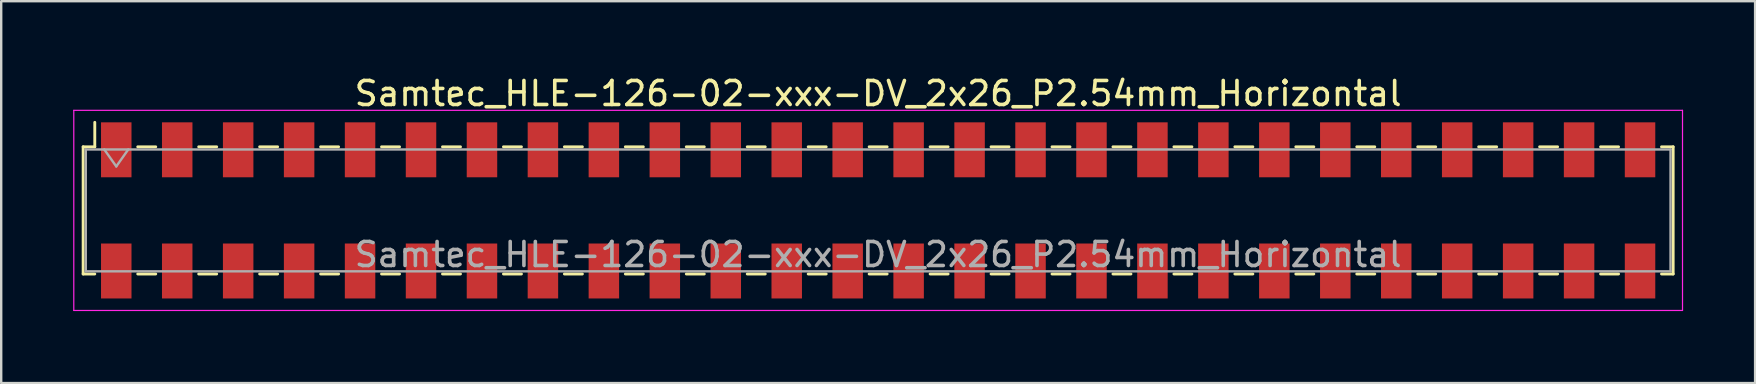
<source format=kicad_pcb>
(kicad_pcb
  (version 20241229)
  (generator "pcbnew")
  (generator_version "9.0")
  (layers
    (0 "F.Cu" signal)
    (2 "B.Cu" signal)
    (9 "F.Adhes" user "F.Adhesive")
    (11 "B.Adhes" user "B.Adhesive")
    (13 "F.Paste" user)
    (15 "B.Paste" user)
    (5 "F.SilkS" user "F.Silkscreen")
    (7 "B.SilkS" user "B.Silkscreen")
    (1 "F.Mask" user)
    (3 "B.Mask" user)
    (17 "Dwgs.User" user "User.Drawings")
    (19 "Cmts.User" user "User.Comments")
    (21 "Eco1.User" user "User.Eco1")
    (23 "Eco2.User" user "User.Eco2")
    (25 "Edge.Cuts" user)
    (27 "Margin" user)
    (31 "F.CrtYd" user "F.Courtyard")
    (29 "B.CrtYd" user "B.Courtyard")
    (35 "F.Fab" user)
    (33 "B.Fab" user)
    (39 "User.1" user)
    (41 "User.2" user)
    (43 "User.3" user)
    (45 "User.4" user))
  (footprint "Samtec_HLE-126-02-xxx-DV_2x26_P2.54mm_Horizontal"
    (layer "F.Cu")
    (at 33.545 5.718)
    (property "Reference" "Samtec_HLE-126-02-xxx-DV_2x26_P2.54mm_Horizontal" (at 0 -4.87 0) (layer "F.SilkS") (effects (font (size 1 1) (thickness 0.15))))
    (attr smd)
    (fp_line (start -33.13 -2.65) (end -33.13 2.65) (stroke (width 0.12) (type solid)) (layer "F.SilkS"))
    (fp_line (start -33.13 2.65) (end -32.645 2.65) (stroke (width 0.12) (type solid)) (layer "F.SilkS"))
    (fp_line (start -32.645 -3.67) (end -32.645 -2.65) (stroke (width 0.12) (type solid)) (layer "F.SilkS"))
    (fp_line (start -32.645 -2.65) (end -33.13 -2.65) (stroke (width 0.12) (type solid)) (layer "F.SilkS"))
    (fp_line (start -30.855 -2.65) (end -30.105 -2.65) (stroke (width 0.12) (type solid)) (layer "F.SilkS"))
    (fp_line (start -30.855 2.65) (end -30.105 2.65) (stroke (width 0.12) (type solid)) (layer "F.SilkS"))
    (fp_line (start -28.315 -2.65) (end -27.565 -2.65) (stroke (width 0.12) (type solid)) (layer "F.SilkS"))
    (fp_line (start -28.315 2.65) (end -27.565 2.65) (stroke (width 0.12) (type solid)) (layer "F.SilkS"))
    (fp_line (start -25.775 -2.65) (end -25.025 -2.65) (stroke (width 0.12) (type solid)) (layer "F.SilkS"))
    (fp_line (start -25.775 2.65) (end -25.025 2.65) (stroke (width 0.12) (type solid)) (layer "F.SilkS"))
    (fp_line (start -23.235 -2.65) (end -22.485 -2.65) (stroke (width 0.12) (type solid)) (layer "F.SilkS"))
    (fp_line (start -23.235 2.65) (end -22.485 2.65) (stroke (width 0.12) (type solid)) (layer "F.SilkS"))
    (fp_line (start -20.695 -2.65) (end -19.945 -2.65) (stroke (width 0.12) (type solid)) (layer "F.SilkS"))
    (fp_line (start -20.695 2.65) (end -19.945 2.65) (stroke (width 0.12) (type solid)) (layer "F.SilkS"))
    (fp_line (start -18.155 -2.65) (end -17.405 -2.65) (stroke (width 0.12) (type solid)) (layer "F.SilkS"))
    (fp_line (start -18.155 2.65) (end -17.405 2.65) (stroke (width 0.12) (type solid)) (layer "F.SilkS"))
    (fp_line (start -15.615 -2.65) (end -14.865 -2.65) (stroke (width 0.12) (type solid)) (layer "F.SilkS"))
    (fp_line (start -15.615 2.65) (end -14.865 2.65) (stroke (width 0.12) (type solid)) (layer "F.SilkS"))
    (fp_line (start -13.075 -2.65) (end -12.325 -2.65) (stroke (width 0.12) (type solid)) (layer "F.SilkS"))
    (fp_line (start -13.075 2.65) (end -12.325 2.65) (stroke (width 0.12) (type solid)) (layer "F.SilkS"))
    (fp_line (start -10.535 -2.65) (end -9.785 -2.65) (stroke (width 0.12) (type solid)) (layer "F.SilkS"))
    (fp_line (start -10.535 2.65) (end -9.785 2.65) (stroke (width 0.12) (type solid)) (layer "F.SilkS"))
    (fp_line (start -7.995 -2.65) (end -7.245 -2.65) (stroke (width 0.12) (type solid)) (layer "F.SilkS"))
    (fp_line (start -7.995 2.65) (end -7.245 2.65) (stroke (width 0.12) (type solid)) (layer "F.SilkS"))
    (fp_line (start -5.455 -2.65) (end -4.705 -2.65) (stroke (width 0.12) (type solid)) (layer "F.SilkS"))
    (fp_line (start -5.455 2.65) (end -4.705 2.65) (stroke (width 0.12) (type solid)) (layer "F.SilkS"))
    (fp_line (start -2.915 -2.65) (end -2.165 -2.65) (stroke (width 0.12) (type solid)) (layer "F.SilkS"))
    (fp_line (start -2.915 2.65) (end -2.165 2.65) (stroke (width 0.12) (type solid)) (layer "F.SilkS"))
    (fp_line (start -0.375 -2.65) (end 0.375 -2.65) (stroke (width 0.12) (type solid)) (layer "F.SilkS"))
    (fp_line (start -0.375 2.65) (end 0.375 2.65) (stroke (width 0.12) (type solid)) (layer "F.SilkS"))
    (fp_line (start 2.165 -2.65) (end 2.915 -2.65) (stroke (width 0.12) (type solid)) (layer "F.SilkS"))
    (fp_line (start 2.165 2.65) (end 2.915 2.65) (stroke (width 0.12) (type solid)) (layer "F.SilkS"))
    (fp_line (start 4.705 -2.65) (end 5.455 -2.65) (stroke (width 0.12) (type solid)) (layer "F.SilkS"))
    (fp_line (start 4.705 2.65) (end 5.455 2.65) (stroke (width 0.12) (type solid)) (layer "F.SilkS"))
    (fp_line (start 7.245 -2.65) (end 7.995 -2.65) (stroke (width 0.12) (type solid)) (layer "F.SilkS"))
    (fp_line (start 7.245 2.65) (end 7.995 2.65) (stroke (width 0.12) (type solid)) (layer "F.SilkS"))
    (fp_line (start 9.785 -2.65) (end 10.535 -2.65) (stroke (width 0.12) (type solid)) (layer "F.SilkS"))
    (fp_line (start 9.785 2.65) (end 10.535 2.65) (stroke (width 0.12) (type solid)) (layer "F.SilkS"))
    (fp_line (start 12.325 -2.65) (end 13.075 -2.65) (stroke (width 0.12) (type solid)) (layer "F.SilkS"))
    (fp_line (start 12.325 2.65) (end 13.075 2.65) (stroke (width 0.12) (type solid)) (layer "F.SilkS"))
    (fp_line (start 14.865 -2.65) (end 15.615 -2.65) (stroke (width 0.12) (type solid)) (layer "F.SilkS"))
    (fp_line (start 14.865 2.65) (end 15.615 2.65) (stroke (width 0.12) (type solid)) (layer "F.SilkS"))
    (fp_line (start 17.405 -2.65) (end 18.155 -2.65) (stroke (width 0.12) (type solid)) (layer "F.SilkS"))
    (fp_line (start 17.405 2.65) (end 18.155 2.65) (stroke (width 0.12) (type solid)) (layer "F.SilkS"))
    (fp_line (start 19.945 -2.65) (end 20.695 -2.65) (stroke (width 0.12) (type solid)) (layer "F.SilkS"))
    (fp_line (start 19.945 2.65) (end 20.695 2.65) (stroke (width 0.12) (type solid)) (layer "F.SilkS"))
    (fp_line (start 22.485 -2.65) (end 23.235 -2.65) (stroke (width 0.12) (type solid)) (layer "F.SilkS"))
    (fp_line (start 22.485 2.65) (end 23.235 2.65) (stroke (width 0.12) (type solid)) (layer "F.SilkS"))
    (fp_line (start 25.025 -2.65) (end 25.775 -2.65) (stroke (width 0.12) (type solid)) (layer "F.SilkS"))
    (fp_line (start 25.025 2.65) (end 25.775 2.65) (stroke (width 0.12) (type solid)) (layer "F.SilkS"))
    (fp_line (start 27.565 -2.65) (end 28.315 -2.65) (stroke (width 0.12) (type solid)) (layer "F.SilkS"))
    (fp_line (start 27.565 2.65) (end 28.315 2.65) (stroke (width 0.12) (type solid)) (layer "F.SilkS"))
    (fp_line (start 30.105 -2.65) (end 30.855 -2.65) (stroke (width 0.12) (type solid)) (layer "F.SilkS"))
    (fp_line (start 30.105 2.65) (end 30.855 2.65) (stroke (width 0.12) (type solid)) (layer "F.SilkS"))
    (fp_line (start 32.645 -2.65) (end 33.13 -2.65) (stroke (width 0.12) (type solid)) (layer "F.SilkS"))
    (fp_line (start 33.13 -2.65) (end 33.13 2.65) (stroke (width 0.12) (type solid)) (layer "F.SilkS"))
    (fp_line (start 33.13 2.65) (end 32.645 2.65) (stroke (width 0.12) (type solid)) (layer "F.SilkS"))
    (fp_line (start -33.52 -4.17) (end 33.52 -4.17) (stroke (width 0.05) (type solid)) (layer "F.CrtYd"))
    (fp_line (start -33.52 4.17) (end -33.52 -4.17) (stroke (width 0.05) (type solid)) (layer "F.CrtYd"))
    (fp_line (start 33.52 -4.17) (end 33.52 4.17) (stroke (width 0.05) (type solid)) (layer "F.CrtYd"))
    (fp_line (start 33.52 4.17) (end -33.52 4.17) (stroke (width 0.05) (type solid)) (layer "F.CrtYd"))
    (fp_line (start -33.02 -2.54) (end 33.02 -2.54) (stroke (width 0.1) (type solid)) (layer "F.Fab"))
    (fp_line (start -33.02 2.54) (end -33.02 -2.54) (stroke (width 0.1) (type solid)) (layer "F.Fab"))
    (fp_line (start -32.25 -2.54) (end -31.75 -1.833) (stroke (width 0.1) (type solid)) (layer "F.Fab"))
    (fp_line (start -31.75 -1.833) (end -31.25 -2.54) (stroke (width 0.1) (type solid)) (layer "F.Fab"))
    (fp_line (start 33.02 -2.54) (end 33.02 2.54) (stroke (width 0.1) (type solid)) (layer "F.Fab"))
    (fp_line (start 33.02 2.54) (end -33.02 2.54) (stroke (width 0.1) (type solid)) (layer "F.Fab"))
    (fp_text user "${REFERENCE}" (at 0 1.84 0) (layer "F.Fab") (effects (font (size 1 1) (thickness 0.15))))
    (pad "1" smd rect (at -31.75 -2.525) (size 1.27 2.29) (layers "F.Cu" "F.Mask" "F.Paste"))
    (pad "2" smd rect (at -31.75 2.525) (size 1.27 2.29) (layers "F.Cu" "F.Mask" "F.Paste"))
    (pad "3" smd rect (at -29.21 -2.525) (size 1.27 2.29) (layers "F.Cu" "F.Mask" "F.Paste"))
    (pad "4" smd rect (at -29.21 2.525) (size 1.27 2.29) (layers "F.Cu" "F.Mask" "F.Paste"))
    (pad "5" smd rect (at -26.67 -2.525) (size 1.27 2.29) (layers "F.Cu" "F.Mask" "F.Paste"))
    (pad "6" smd rect (at -26.67 2.525) (size 1.27 2.29) (layers "F.Cu" "F.Mask" "F.Paste"))
    (pad "7" smd rect (at -24.13 -2.525) (size 1.27 2.29) (layers "F.Cu" "F.Mask" "F.Paste"))
    (pad "8" smd rect (at -24.13 2.525) (size 1.27 2.29) (layers "F.Cu" "F.Mask" "F.Paste"))
    (pad "9" smd rect (at -21.59 -2.525) (size 1.27 2.29) (layers "F.Cu" "F.Mask" "F.Paste"))
    (pad "10" smd rect (at -21.59 2.525) (size 1.27 2.29) (layers "F.Cu" "F.Mask" "F.Paste"))
    (pad "11" smd rect (at -19.05 -2.525) (size 1.27 2.29) (layers "F.Cu" "F.Mask" "F.Paste"))
    (pad "12" smd rect (at -19.05 2.525) (size 1.27 2.29) (layers "F.Cu" "F.Mask" "F.Paste"))
    (pad "13" smd rect (at -16.51 -2.525) (size 1.27 2.29) (layers "F.Cu" "F.Mask" "F.Paste"))
    (pad "14" smd rect (at -16.51 2.525) (size 1.27 2.29) (layers "F.Cu" "F.Mask" "F.Paste"))
    (pad "15" smd rect (at -13.97 -2.525) (size 1.27 2.29) (layers "F.Cu" "F.Mask" "F.Paste"))
    (pad "16" smd rect (at -13.97 2.525) (size 1.27 2.29) (layers "F.Cu" "F.Mask" "F.Paste"))
    (pad "17" smd rect (at -11.43 -2.525) (size 1.27 2.29) (layers "F.Cu" "F.Mask" "F.Paste"))
    (pad "18" smd rect (at -11.43 2.525) (size 1.27 2.29) (layers "F.Cu" "F.Mask" "F.Paste"))
    (pad "19" smd rect (at -8.89 -2.525) (size 1.27 2.29) (layers "F.Cu" "F.Mask" "F.Paste"))
    (pad "20" smd rect (at -8.89 2.525) (size 1.27 2.29) (layers "F.Cu" "F.Mask" "F.Paste"))
    (pad "21" smd rect (at -6.35 -2.525) (size 1.27 2.29) (layers "F.Cu" "F.Mask" "F.Paste"))
    (pad "22" smd rect (at -6.35 2.525) (size 1.27 2.29) (layers "F.Cu" "F.Mask" "F.Paste"))
    (pad "23" smd rect (at -3.81 -2.525) (size 1.27 2.29) (layers "F.Cu" "F.Mask" "F.Paste"))
    (pad "24" smd rect (at -3.81 2.525) (size 1.27 2.29) (layers "F.Cu" "F.Mask" "F.Paste"))
    (pad "25" smd rect (at -1.27 -2.525) (size 1.27 2.29) (layers "F.Cu" "F.Mask" "F.Paste"))
    (pad "26" smd rect (at -1.27 2.525) (size 1.27 2.29) (layers "F.Cu" "F.Mask" "F.Paste"))
    (pad "27" smd rect (at 1.27 -2.525) (size 1.27 2.29) (layers "F.Cu" "F.Mask" "F.Paste"))
    (pad "28" smd rect (at 1.27 2.525) (size 1.27 2.29) (layers "F.Cu" "F.Mask" "F.Paste"))
    (pad "29" smd rect (at 3.81 -2.525) (size 1.27 2.29) (layers "F.Cu" "F.Mask" "F.Paste"))
    (pad "30" smd rect (at 3.81 2.525) (size 1.27 2.29) (layers "F.Cu" "F.Mask" "F.Paste"))
    (pad "31" smd rect (at 6.35 -2.525) (size 1.27 2.29) (layers "F.Cu" "F.Mask" "F.Paste"))
    (pad "32" smd rect (at 6.35 2.525) (size 1.27 2.29) (layers "F.Cu" "F.Mask" "F.Paste"))
    (pad "33" smd rect (at 8.89 -2.525) (size 1.27 2.29) (layers "F.Cu" "F.Mask" "F.Paste"))
    (pad "34" smd rect (at 8.89 2.525) (size 1.27 2.29) (layers "F.Cu" "F.Mask" "F.Paste"))
    (pad "35" smd rect (at 11.43 -2.525) (size 1.27 2.29) (layers "F.Cu" "F.Mask" "F.Paste"))
    (pad "36" smd rect (at 11.43 2.525) (size 1.27 2.29) (layers "F.Cu" "F.Mask" "F.Paste"))
    (pad "37" smd rect (at 13.97 -2.525) (size 1.27 2.29) (layers "F.Cu" "F.Mask" "F.Paste"))
    (pad "38" smd rect (at 13.97 2.525) (size 1.27 2.29) (layers "F.Cu" "F.Mask" "F.Paste"))
    (pad "39" smd rect (at 16.51 -2.525) (size 1.27 2.29) (layers "F.Cu" "F.Mask" "F.Paste"))
    (pad "40" smd rect (at 16.51 2.525) (size 1.27 2.29) (layers "F.Cu" "F.Mask" "F.Paste"))
    (pad "41" smd rect (at 19.05 -2.525) (size 1.27 2.29) (layers "F.Cu" "F.Mask" "F.Paste"))
    (pad "42" smd rect (at 19.05 2.525) (size 1.27 2.29) (layers "F.Cu" "F.Mask" "F.Paste"))
    (pad "43" smd rect (at 21.59 -2.525) (size 1.27 2.29) (layers "F.Cu" "F.Mask" "F.Paste"))
    (pad "44" smd rect (at 21.59 2.525) (size 1.27 2.29) (layers "F.Cu" "F.Mask" "F.Paste"))
    (pad "45" smd rect (at 24.13 -2.525) (size 1.27 2.29) (layers "F.Cu" "F.Mask" "F.Paste"))
    (pad "46" smd rect (at 24.13 2.525) (size 1.27 2.29) (layers "F.Cu" "F.Mask" "F.Paste"))
    (pad "47" smd rect (at 26.67 -2.525) (size 1.27 2.29) (layers "F.Cu" "F.Mask" "F.Paste"))
    (pad "48" smd rect (at 26.67 2.525) (size 1.27 2.29) (layers "F.Cu" "F.Mask" "F.Paste"))
    (pad "49" smd rect (at 29.21 -2.525) (size 1.27 2.29) (layers "F.Cu" "F.Mask" "F.Paste"))
    (pad "50" smd rect (at 29.21 2.525) (size 1.27 2.29) (layers "F.Cu" "F.Mask" "F.Paste"))
    (pad "51" smd rect (at 31.75 -2.525) (size 1.27 2.29) (layers "F.Cu" "F.Mask" "F.Paste"))
    (pad "52" smd rect (at 31.75 2.525) (size 1.27 2.29) (layers "F.Cu" "F.Mask" "F.Paste")))
  (gr_rect
    (start -3 -3)
    (end 70.09 12.913)
    (stroke (width 0.1) (type default))
    (fill no)
    (layer "Edge.Cuts")))
</source>
